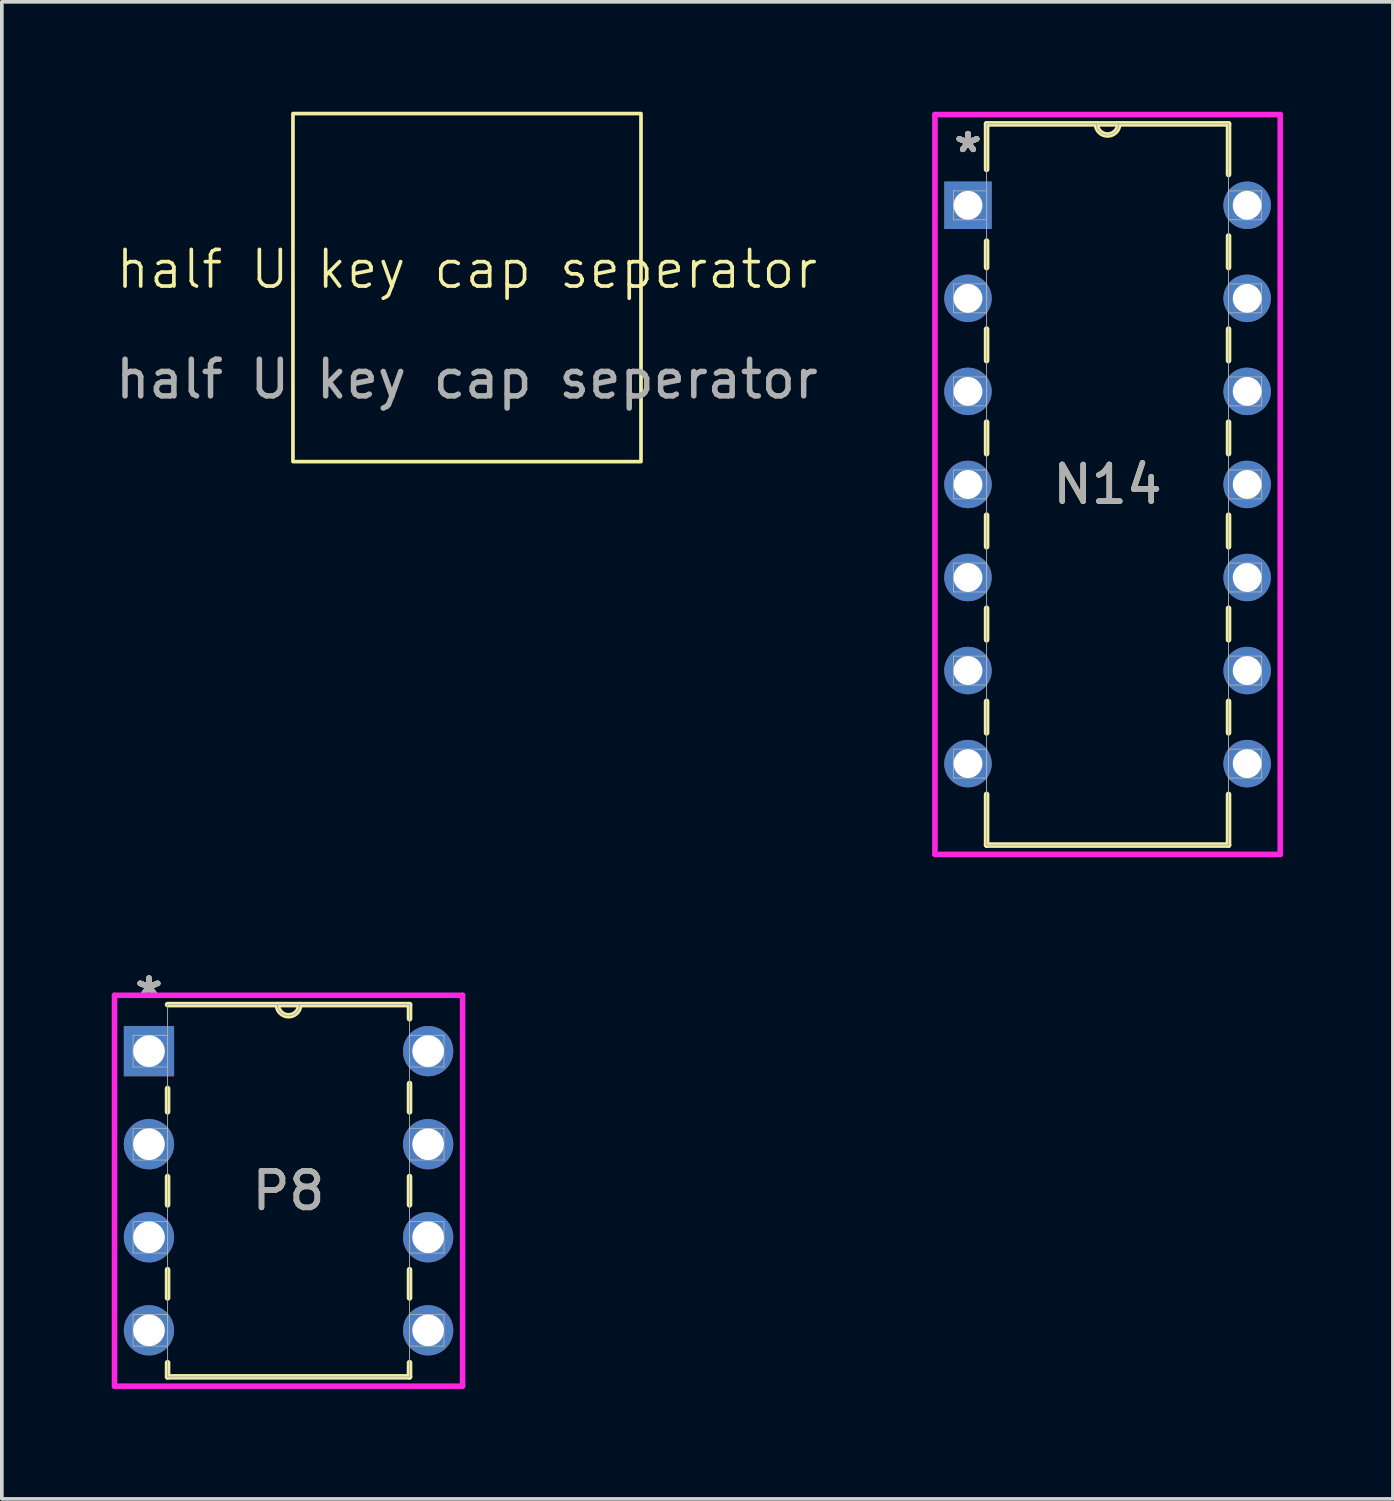
<source format=kicad_pcb>
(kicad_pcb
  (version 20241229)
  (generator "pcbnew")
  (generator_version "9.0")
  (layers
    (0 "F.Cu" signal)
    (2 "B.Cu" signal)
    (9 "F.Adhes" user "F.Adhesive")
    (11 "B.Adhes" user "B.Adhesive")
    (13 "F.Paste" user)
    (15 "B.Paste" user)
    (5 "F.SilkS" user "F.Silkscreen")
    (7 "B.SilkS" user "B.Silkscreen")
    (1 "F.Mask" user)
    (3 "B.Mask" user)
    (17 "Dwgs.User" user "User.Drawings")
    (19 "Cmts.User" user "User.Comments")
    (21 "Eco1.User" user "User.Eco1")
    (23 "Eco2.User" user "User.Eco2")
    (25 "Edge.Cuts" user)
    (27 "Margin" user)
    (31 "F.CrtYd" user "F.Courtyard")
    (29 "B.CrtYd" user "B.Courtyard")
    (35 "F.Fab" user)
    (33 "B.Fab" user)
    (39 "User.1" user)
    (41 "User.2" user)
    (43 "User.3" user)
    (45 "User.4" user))
  (footprint "N14"
    (layer "F.Cu")
    (at 30.991 17.793)
    (property "Reference" "N14" (at -3.81 -7.62 0) (unlocked yes) (layer "F.SilkS") (effects (font (size 1 1) (thickness 0.15))))
    (attr through_hole)
    (fp_line (start -7.112 -17.462) (end -7.112 -16.22) (stroke (width 0.152) (type solid)) (layer "F.SilkS"))
    (fp_line (start -7.112 -14.26) (end -7.112 -13.539) (stroke (width 0.152) (type solid)) (layer "F.SilkS"))
    (fp_line (start -7.112 -11.861) (end -7.112 -10.999) (stroke (width 0.152) (type solid)) (layer "F.SilkS"))
    (fp_line (start -7.112 -9.321) (end -7.112 -8.459) (stroke (width 0.152) (type solid)) (layer "F.SilkS"))
    (fp_line (start -7.112 -6.781) (end -7.112 -5.919) (stroke (width 0.152) (type solid)) (layer "F.SilkS"))
    (fp_line (start -7.112 -4.241) (end -7.112 -3.379) (stroke (width 0.152) (type solid)) (layer "F.SilkS"))
    (fp_line (start -7.112 -1.701) (end -7.112 -0.839) (stroke (width 0.152) (type solid)) (layer "F.SilkS"))
    (fp_line (start -7.112 0.839) (end -7.112 2.223) (stroke (width 0.152) (type solid)) (layer "F.SilkS"))
    (fp_line (start -7.112 2.223) (end -0.508 2.223) (stroke (width 0.152) (type solid)) (layer "F.SilkS"))
    (fp_line (start -0.508 -17.462) (end -7.112 -17.462) (stroke (width 0.152) (type solid)) (layer "F.SilkS"))
    (fp_line (start -0.508 -16.079) (end -0.508 -17.462) (stroke (width 0.152) (type solid)) (layer "F.SilkS"))
    (fp_line (start -0.508 -13.539) (end -0.508 -14.401) (stroke (width 0.152) (type solid)) (layer "F.SilkS"))
    (fp_line (start -0.508 -10.999) (end -0.508 -11.861) (stroke (width 0.152) (type solid)) (layer "F.SilkS"))
    (fp_line (start -0.508 -8.459) (end -0.508 -9.321) (stroke (width 0.152) (type solid)) (layer "F.SilkS"))
    (fp_line (start -0.508 -5.919) (end -0.508 -6.781) (stroke (width 0.152) (type solid)) (layer "F.SilkS"))
    (fp_line (start -0.508 -3.379) (end -0.508 -4.241) (stroke (width 0.152) (type solid)) (layer "F.SilkS"))
    (fp_line (start -0.508 -0.839) (end -0.508 -1.701) (stroke (width 0.152) (type solid)) (layer "F.SilkS"))
    (fp_line (start -0.508 2.223) (end -0.508 0.839) (stroke (width 0.152) (type solid)) (layer "F.SilkS"))
    (fp_arc (start -3.5052 -17.4625) (mid -3.81 -17.1577) (end -4.1148 -17.4625) (stroke (width 0.1524) (type solid)) (layer "F.SilkS"))
    (fp_line (start -8.522 -17.716) (end -8.522 2.477) (stroke (width 0.152) (type solid)) (layer "F.CrtYd"))
    (fp_line (start -8.522 2.477) (end 0.902 2.477) (stroke (width 0.152) (type solid)) (layer "F.CrtYd"))
    (fp_line (start 0.902 -17.716) (end -8.522 -17.716) (stroke (width 0.152) (type solid)) (layer "F.CrtYd"))
    (fp_line (start 0.902 2.477) (end 0.902 -17.716) (stroke (width 0.152) (type solid)) (layer "F.CrtYd"))
    (fp_line (start -8.014 -15.634) (end -8.014 -14.846) (stroke (width 0.025) (type solid)) (layer "F.Fab"))
    (fp_line (start -8.014 -14.846) (end -7.112 -14.846) (stroke (width 0.025) (type solid)) (layer "F.Fab"))
    (fp_line (start -8.014 -13.094) (end -8.014 -12.306) (stroke (width 0.025) (type solid)) (layer "F.Fab"))
    (fp_line (start -8.014 -12.306) (end -7.112 -12.306) (stroke (width 0.025) (type solid)) (layer "F.Fab"))
    (fp_line (start -8.014 -10.554) (end -8.014 -9.766) (stroke (width 0.025) (type solid)) (layer "F.Fab"))
    (fp_line (start -8.014 -9.766) (end -7.112 -9.766) (stroke (width 0.025) (type solid)) (layer "F.Fab"))
    (fp_line (start -8.014 -8.014) (end -8.014 -7.226) (stroke (width 0.025) (type solid)) (layer "F.Fab"))
    (fp_line (start -8.014 -7.226) (end -7.112 -7.226) (stroke (width 0.025) (type solid)) (layer "F.Fab"))
    (fp_line (start -8.014 -5.474) (end -8.014 -4.686) (stroke (width 0.025) (type solid)) (layer "F.Fab"))
    (fp_line (start -8.014 -4.686) (end -7.112 -4.686) (stroke (width 0.025) (type solid)) (layer "F.Fab"))
    (fp_line (start -8.014 -2.934) (end -8.014 -2.146) (stroke (width 0.025) (type solid)) (layer "F.Fab"))
    (fp_line (start -8.014 -2.146) (end -7.112 -2.146) (stroke (width 0.025) (type solid)) (layer "F.Fab"))
    (fp_line (start -8.014 -0.394) (end -8.014 0.394) (stroke (width 0.025) (type solid)) (layer "F.Fab"))
    (fp_line (start -8.014 0.394) (end -7.112 0.394) (stroke (width 0.025) (type solid)) (layer "F.Fab"))
    (fp_line (start -7.112 -17.462) (end -7.112 2.223) (stroke (width 0.025) (type solid)) (layer "F.Fab"))
    (fp_line (start -7.112 -15.634) (end -8.014 -15.634) (stroke (width 0.025) (type solid)) (layer "F.Fab"))
    (fp_line (start -7.112 -14.846) (end -7.112 -15.634) (stroke (width 0.025) (type solid)) (layer "F.Fab"))
    (fp_line (start -7.112 -13.094) (end -8.014 -13.094) (stroke (width 0.025) (type solid)) (layer "F.Fab"))
    (fp_line (start -7.112 -12.306) (end -7.112 -13.094) (stroke (width 0.025) (type solid)) (layer "F.Fab"))
    (fp_line (start -7.112 -10.554) (end -8.014 -10.554) (stroke (width 0.025) (type solid)) (layer "F.Fab"))
    (fp_line (start -7.112 -9.766) (end -7.112 -10.554) (stroke (width 0.025) (type solid)) (layer "F.Fab"))
    (fp_line (start -7.112 -8.014) (end -8.014 -8.014) (stroke (width 0.025) (type solid)) (layer "F.Fab"))
    (fp_line (start -7.112 -7.226) (end -7.112 -8.014) (stroke (width 0.025) (type solid)) (layer "F.Fab"))
    (fp_line (start -7.112 -5.474) (end -8.014 -5.474) (stroke (width 0.025) (type solid)) (layer "F.Fab"))
    (fp_line (start -7.112 -4.686) (end -7.112 -5.474) (stroke (width 0.025) (type solid)) (layer "F.Fab"))
    (fp_line (start -7.112 -2.934) (end -8.014 -2.934) (stroke (width 0.025) (type solid)) (layer "F.Fab"))
    (fp_line (start -7.112 -2.146) (end -7.112 -2.934) (stroke (width 0.025) (type solid)) (layer "F.Fab"))
    (fp_line (start -7.112 -0.394) (end -8.014 -0.394) (stroke (width 0.025) (type solid)) (layer "F.Fab"))
    (fp_line (start -7.112 0.394) (end -7.112 -0.394) (stroke (width 0.025) (type solid)) (layer "F.Fab"))
    (fp_line (start -7.112 2.223) (end -0.508 2.223) (stroke (width 0.025) (type solid)) (layer "F.Fab"))
    (fp_line (start -0.508 -17.462) (end -7.112 -17.462) (stroke (width 0.025) (type solid)) (layer "F.Fab"))
    (fp_line (start -0.508 -15.634) (end -0.508 -14.846) (stroke (width 0.025) (type solid)) (layer "F.Fab"))
    (fp_line (start -0.508 -14.846) (end 0.394 -14.846) (stroke (width 0.025) (type solid)) (layer "F.Fab"))
    (fp_line (start -0.508 -13.094) (end -0.508 -12.306) (stroke (width 0.025) (type solid)) (layer "F.Fab"))
    (fp_line (start -0.508 -12.306) (end 0.394 -12.306) (stroke (width 0.025) (type solid)) (layer "F.Fab"))
    (fp_line (start -0.508 -10.554) (end -0.508 -9.766) (stroke (width 0.025) (type solid)) (layer "F.Fab"))
    (fp_line (start -0.508 -9.766) (end 0.394 -9.766) (stroke (width 0.025) (type solid)) (layer "F.Fab"))
    (fp_line (start -0.508 -8.014) (end -0.508 -7.226) (stroke (width 0.025) (type solid)) (layer "F.Fab"))
    (fp_line (start -0.508 -7.226) (end 0.394 -7.226) (stroke (width 0.025) (type solid)) (layer "F.Fab"))
    (fp_line (start -0.508 -5.474) (end -0.508 -4.686) (stroke (width 0.025) (type solid)) (layer "F.Fab"))
    (fp_line (start -0.508 -4.686) (end 0.394 -4.686) (stroke (width 0.025) (type solid)) (layer "F.Fab"))
    (fp_line (start -0.508 -2.934) (end -0.508 -2.146) (stroke (width 0.025) (type solid)) (layer "F.Fab"))
    (fp_line (start -0.508 -2.146) (end 0.394 -2.146) (stroke (width 0.025) (type solid)) (layer "F.Fab"))
    (fp_line (start -0.508 -0.394) (end -0.508 0.394) (stroke (width 0.025) (type solid)) (layer "F.Fab"))
    (fp_line (start -0.508 0.394) (end 0.394 0.394) (stroke (width 0.025) (type solid)) (layer "F.Fab"))
    (fp_line (start -0.508 2.223) (end -0.508 -17.462) (stroke (width 0.025) (type solid)) (layer "F.Fab"))
    (fp_line (start 0.394 -15.634) (end -0.508 -15.634) (stroke (width 0.025) (type solid)) (layer "F.Fab"))
    (fp_line (start 0.394 -14.846) (end 0.394 -15.634) (stroke (width 0.025) (type solid)) (layer "F.Fab"))
    (fp_line (start 0.394 -13.094) (end -0.508 -13.094) (stroke (width 0.025) (type solid)) (layer "F.Fab"))
    (fp_line (start 0.394 -12.306) (end 0.394 -13.094) (stroke (width 0.025) (type solid)) (layer "F.Fab"))
    (fp_line (start 0.394 -10.554) (end -0.508 -10.554) (stroke (width 0.025) (type solid)) (layer "F.Fab"))
    (fp_line (start 0.394 -9.766) (end 0.394 -10.554) (stroke (width 0.025) (type solid)) (layer "F.Fab"))
    (fp_line (start 0.394 -8.014) (end -0.508 -8.014) (stroke (width 0.025) (type solid)) (layer "F.Fab"))
    (fp_line (start 0.394 -7.226) (end 0.394 -8.014) (stroke (width 0.025) (type solid)) (layer "F.Fab"))
    (fp_line (start 0.394 -5.474) (end -0.508 -5.474) (stroke (width 0.025) (type solid)) (layer "F.Fab"))
    (fp_line (start 0.394 -4.686) (end 0.394 -5.474) (stroke (width 0.025) (type solid)) (layer "F.Fab"))
    (fp_line (start 0.394 -2.934) (end -0.508 -2.934) (stroke (width 0.025) (type solid)) (layer "F.Fab"))
    (fp_line (start 0.394 -2.146) (end 0.394 -2.934) (stroke (width 0.025) (type solid)) (layer "F.Fab"))
    (fp_line (start 0.394 -0.394) (end -0.508 -0.394) (stroke (width 0.025) (type solid)) (layer "F.Fab"))
    (fp_line (start 0.394 0.394) (end 0.394 -0.394) (stroke (width 0.025) (type solid)) (layer "F.Fab"))
    (fp_arc (start -3.5052 -17.4625) (mid -3.81 -17.1577) (end -4.1148 -17.4625) (stroke (width 0.0254) (type solid)) (layer "F.Fab"))
    (fp_text user "*" (at -7.62 -16.65 0) (layer "F.SilkS") (effects (font (size 1 1) (thickness 0.15))))
    (fp_text user "*" (at -7.62 -16.65 0) (unlocked yes) (layer "F.SilkS") (effects (font (size 1 1) (thickness 0.15))))
    (fp_text user "*" (at -7.62 -16.65 0) (layer "F.Fab") (effects (font (size 1 1) (thickness 0.15))))
    (fp_text user "*" (at -7.62 -16.65 0) (unlocked yes) (layer "F.Fab") (effects (font (size 1 1) (thickness 0.15))))
    (fp_text user "${REFERENCE}" (at -3.81 -7.62 0) (unlocked yes) (layer "F.Fab") (effects (font (size 1 1) (thickness 0.15))))
    (pad "1" thru_hole rect (at -7.62 -15.24) (size 1.295 1.295) (drill 0.787) (layers "*.Cu" "*.Mask"))
    (pad "2" thru_hole circle (at -7.62 -12.7) (size 1.295 1.295) (drill 0.787) (layers "*.Cu" "*.Mask"))
    (pad "3" thru_hole circle (at -7.62 -10.16) (size 1.295 1.295) (drill 0.787) (layers "*.Cu" "*.Mask"))
    (pad "4" thru_hole circle (at -7.62 -7.62) (size 1.295 1.295) (drill 0.787) (layers "*.Cu" "*.Mask"))
    (pad "5" thru_hole circle (at -7.62 -5.08) (size 1.295 1.295) (drill 0.787) (layers "*.Cu" "*.Mask"))
    (pad "6" thru_hole circle (at -7.62 -2.54) (size 1.295 1.295) (drill 0.787) (layers "*.Cu" "*.Mask"))
    (pad "7" thru_hole circle (at -7.62 0) (size 1.295 1.295) (drill 0.787) (layers "*.Cu" "*.Mask"))
    (pad "8" thru_hole circle (at 0 0) (size 1.295 1.295) (drill 0.787) (layers "*.Cu" "*.Mask"))
    (pad "9" thru_hole circle (at 0 -2.54) (size 1.295 1.295) (drill 0.787) (layers "*.Cu" "*.Mask"))
    (pad "10" thru_hole circle (at 0 -5.08) (size 1.295 1.295) (drill 0.787) (layers "*.Cu" "*.Mask"))
    (pad "11" thru_hole circle (at 0 -7.62) (size 1.295 1.295) (drill 0.787) (layers "*.Cu" "*.Mask"))
    (pad "12" thru_hole circle (at 0 -10.16) (size 1.295 1.295) (drill 0.787) (layers "*.Cu" "*.Mask"))
    (pad "13" thru_hole circle (at 0 -12.7) (size 1.295 1.295) (drill 0.787) (layers "*.Cu" "*.Mask"))
    (pad "14" thru_hole circle (at 0 -15.24) (size 1.295 1.295) (drill 0.787) (layers "*.Cu" "*.Mask")))
  (footprint "half U key cap seperator"
    (layer "F.Cu")
    (at 9.696 4.8)
    (property "Reference" "half U key cap seperator" (at 0 -0.5 0) (unlocked yes) (layer "F.SilkS") (effects (font (size 1 1) (thickness 0.1))))
    (attr smd)
    (fp_rect (start -4.75 -4.75) (end 4.75 4.75) (stroke (width 0.1) (type default)) (fill no) (layer "F.SilkS"))
    (fp_text user "${REFERENCE}" (at 0 2.5 0) (unlocked yes) (layer "F.Fab") (effects (font (size 1 1) (thickness 0.15)))))
  (footprint "P8"
    (layer "F.Cu")
    (at 8.636 33.261)
    (property "Reference" "P8" (at -3.81 -3.81 0) (unlocked yes) (layer "F.SilkS") (effects (font (size 1 1) (thickness 0.15))))
    (attr through_hole)
    (fp_line (start -7.112 -6.601) (end -7.112 -5.963) (stroke (width 0.152) (type solid)) (layer "F.SilkS"))
    (fp_line (start -7.112 -4.197) (end -7.112 -3.423) (stroke (width 0.152) (type solid)) (layer "F.SilkS"))
    (fp_line (start -7.112 -1.657) (end -7.112 -0.883) (stroke (width 0.152) (type solid)) (layer "F.SilkS"))
    (fp_line (start -7.112 0.883) (end -7.112 1.27) (stroke (width 0.152) (type solid)) (layer "F.SilkS"))
    (fp_line (start -7.112 1.27) (end -0.508 1.27) (stroke (width 0.152) (type solid)) (layer "F.SilkS"))
    (fp_line (start -0.508 -8.89) (end -7.112 -8.89) (stroke (width 0.152) (type solid)) (layer "F.SilkS"))
    (fp_line (start -0.508 -8.503) (end -0.508 -8.89) (stroke (width 0.152) (type solid)) (layer "F.SilkS"))
    (fp_line (start -0.508 -5.963) (end -0.508 -6.737) (stroke (width 0.152) (type solid)) (layer "F.SilkS"))
    (fp_line (start -0.508 -3.423) (end -0.508 -4.197) (stroke (width 0.152) (type solid)) (layer "F.SilkS"))
    (fp_line (start -0.508 -0.883) (end -0.508 -1.657) (stroke (width 0.152) (type solid)) (layer "F.SilkS"))
    (fp_line (start -0.508 1.27) (end -0.508 0.883) (stroke (width 0.152) (type solid)) (layer "F.SilkS"))
    (fp_arc (start -3.5052 -8.89) (mid -3.81 -8.5852) (end -4.1148 -8.89) (stroke (width 0.1524) (type solid)) (layer "F.SilkS"))
    (fp_line (start -8.56 -9.144) (end -8.56 1.524) (stroke (width 0.152) (type solid)) (layer "F.CrtYd"))
    (fp_line (start -8.56 1.524) (end 0.94 1.524) (stroke (width 0.152) (type solid)) (layer "F.CrtYd"))
    (fp_line (start 0.94 -9.144) (end -8.56 -9.144) (stroke (width 0.152) (type solid)) (layer "F.CrtYd"))
    (fp_line (start 0.94 1.524) (end 0.94 -9.144) (stroke (width 0.152) (type solid)) (layer "F.CrtYd"))
    (fp_line (start -8.052 -8.052) (end -8.052 -7.188) (stroke (width 0.025) (type solid)) (layer "F.Fab"))
    (fp_line (start -8.052 -7.188) (end -7.112 -7.188) (stroke (width 0.025) (type solid)) (layer "F.Fab"))
    (fp_line (start -8.052 -5.512) (end -8.052 -4.648) (stroke (width 0.025) (type solid)) (layer "F.Fab"))
    (fp_line (start -8.052 -4.648) (end -7.112 -4.648) (stroke (width 0.025) (type solid)) (layer "F.Fab"))
    (fp_line (start -8.052 -2.972) (end -8.052 -2.108) (stroke (width 0.025) (type solid)) (layer "F.Fab"))
    (fp_line (start -8.052 -2.108) (end -7.112 -2.108) (stroke (width 0.025) (type solid)) (layer "F.Fab"))
    (fp_line (start -8.052 -0.432) (end -8.052 0.432) (stroke (width 0.025) (type solid)) (layer "F.Fab"))
    (fp_line (start -8.052 0.432) (end -7.112 0.432) (stroke (width 0.025) (type solid)) (layer "F.Fab"))
    (fp_line (start -7.112 -8.89) (end -7.112 1.27) (stroke (width 0.025) (type solid)) (layer "F.Fab"))
    (fp_line (start -7.112 -8.052) (end -8.052 -8.052) (stroke (width 0.025) (type solid)) (layer "F.Fab"))
    (fp_line (start -7.112 -7.188) (end -7.112 -8.052) (stroke (width 0.025) (type solid)) (layer "F.Fab"))
    (fp_line (start -7.112 -5.512) (end -8.052 -5.512) (stroke (width 0.025) (type solid)) (layer "F.Fab"))
    (fp_line (start -7.112 -4.648) (end -7.112 -5.512) (stroke (width 0.025) (type solid)) (layer "F.Fab"))
    (fp_line (start -7.112 -2.972) (end -8.052 -2.972) (stroke (width 0.025) (type solid)) (layer "F.Fab"))
    (fp_line (start -7.112 -2.108) (end -7.112 -2.972) (stroke (width 0.025) (type solid)) (layer "F.Fab"))
    (fp_line (start -7.112 -0.432) (end -8.052 -0.432) (stroke (width 0.025) (type solid)) (layer "F.Fab"))
    (fp_line (start -7.112 0.432) (end -7.112 -0.432) (stroke (width 0.025) (type solid)) (layer "F.Fab"))
    (fp_line (start -7.112 1.27) (end -0.508 1.27) (stroke (width 0.025) (type solid)) (layer "F.Fab"))
    (fp_line (start -0.508 -8.89) (end -7.112 -8.89) (stroke (width 0.025) (type solid)) (layer "F.Fab"))
    (fp_line (start -0.508 -8.052) (end -0.508 -7.188) (stroke (width 0.025) (type solid)) (layer "F.Fab"))
    (fp_line (start -0.508 -7.188) (end 0.432 -7.188) (stroke (width 0.025) (type solid)) (layer "F.Fab"))
    (fp_line (start -0.508 -5.512) (end -0.508 -4.648) (stroke (width 0.025) (type solid)) (layer "F.Fab"))
    (fp_line (start -0.508 -4.648) (end 0.432 -4.648) (stroke (width 0.025) (type solid)) (layer "F.Fab"))
    (fp_line (start -0.508 -2.972) (end -0.508 -2.108) (stroke (width 0.025) (type solid)) (layer "F.Fab"))
    (fp_line (start -0.508 -2.108) (end 0.432 -2.108) (stroke (width 0.025) (type solid)) (layer "F.Fab"))
    (fp_line (start -0.508 -0.432) (end -0.508 0.432) (stroke (width 0.025) (type solid)) (layer "F.Fab"))
    (fp_line (start -0.508 0.432) (end 0.432 0.432) (stroke (width 0.025) (type solid)) (layer "F.Fab"))
    (fp_line (start -0.508 1.27) (end -0.508 -8.89) (stroke (width 0.025) (type solid)) (layer "F.Fab"))
    (fp_line (start 0.432 -8.052) (end -0.508 -8.052) (stroke (width 0.025) (type solid)) (layer "F.Fab"))
    (fp_line (start 0.432 -7.188) (end 0.432 -8.052) (stroke (width 0.025) (type solid)) (layer "F.Fab"))
    (fp_line (start 0.432 -5.512) (end -0.508 -5.512) (stroke (width 0.025) (type solid)) (layer "F.Fab"))
    (fp_line (start 0.432 -4.648) (end 0.432 -5.512) (stroke (width 0.025) (type solid)) (layer "F.Fab"))
    (fp_line (start 0.432 -2.972) (end -0.508 -2.972) (stroke (width 0.025) (type solid)) (layer "F.Fab"))
    (fp_line (start 0.432 -2.108) (end 0.432 -2.972) (stroke (width 0.025) (type solid)) (layer "F.Fab"))
    (fp_line (start 0.432 -0.432) (end -0.508 -0.432) (stroke (width 0.025) (type solid)) (layer "F.Fab"))
    (fp_line (start 0.432 0.432) (end 0.432 -0.432) (stroke (width 0.025) (type solid)) (layer "F.Fab"))
    (fp_arc (start -3.5052 -8.89) (mid -3.81 -8.5852) (end -4.1148 -8.89) (stroke (width 0.0254) (type solid)) (layer "F.Fab"))
    (fp_text user "*" (at -7.62 -9.068 0) (unlocked yes) (layer "F.SilkS") (effects (font (size 1 1) (thickness 0.15))))
    (fp_text user "*" (at -7.62 -9.068 0) (layer "F.SilkS") (effects (font (size 1 1) (thickness 0.15))))
    (fp_text user "*" (at -7.62 -9.068 0) (layer "F.Fab") (effects (font (size 1 1) (thickness 0.15))))
    (fp_text user "${REFERENCE}" (at -3.81 -3.81 0) (unlocked yes) (layer "F.Fab") (effects (font (size 1 1) (thickness 0.15))))
    (fp_text user "*" (at -7.62 -9.068 0) (unlocked yes) (layer "F.Fab") (effects (font (size 1 1) (thickness 0.15))))
    (pad "1" thru_hole rect (at -7.62 -7.62) (size 1.372 1.372) (drill 0.864) (layers "*.Cu" "*.Mask"))
    (pad "2" thru_hole circle (at -7.62 -5.08) (size 1.372 1.372) (drill 0.864) (layers "*.Cu" "*.Mask"))
    (pad "3" thru_hole circle (at -7.62 -2.54) (size 1.372 1.372) (drill 0.864) (layers "*.Cu" "*.Mask"))
    (pad "4" thru_hole circle (at -7.62 0) (size 1.372 1.372) (drill 0.864) (layers "*.Cu" "*.Mask"))
    (pad "5" thru_hole circle (at 0 0) (size 1.372 1.372) (drill 0.864) (layers "*.Cu" "*.Mask"))
    (pad "6" thru_hole circle (at 0 -2.54) (size 1.372 1.372) (drill 0.864) (layers "*.Cu" "*.Mask"))
    (pad "7" thru_hole circle (at 0 -5.08) (size 1.372 1.372) (drill 0.864) (layers "*.Cu" "*.Mask"))
    (pad "8" thru_hole circle (at 0 -7.62) (size 1.372 1.372) (drill 0.864) (layers "*.Cu" "*.Mask")))
  (gr_rect
    (start -3 -3)
    (end 34.969 37.862)
    (stroke (width 0.1) (type default))
    (fill no)
    (layer "Edge.Cuts")))
</source>
